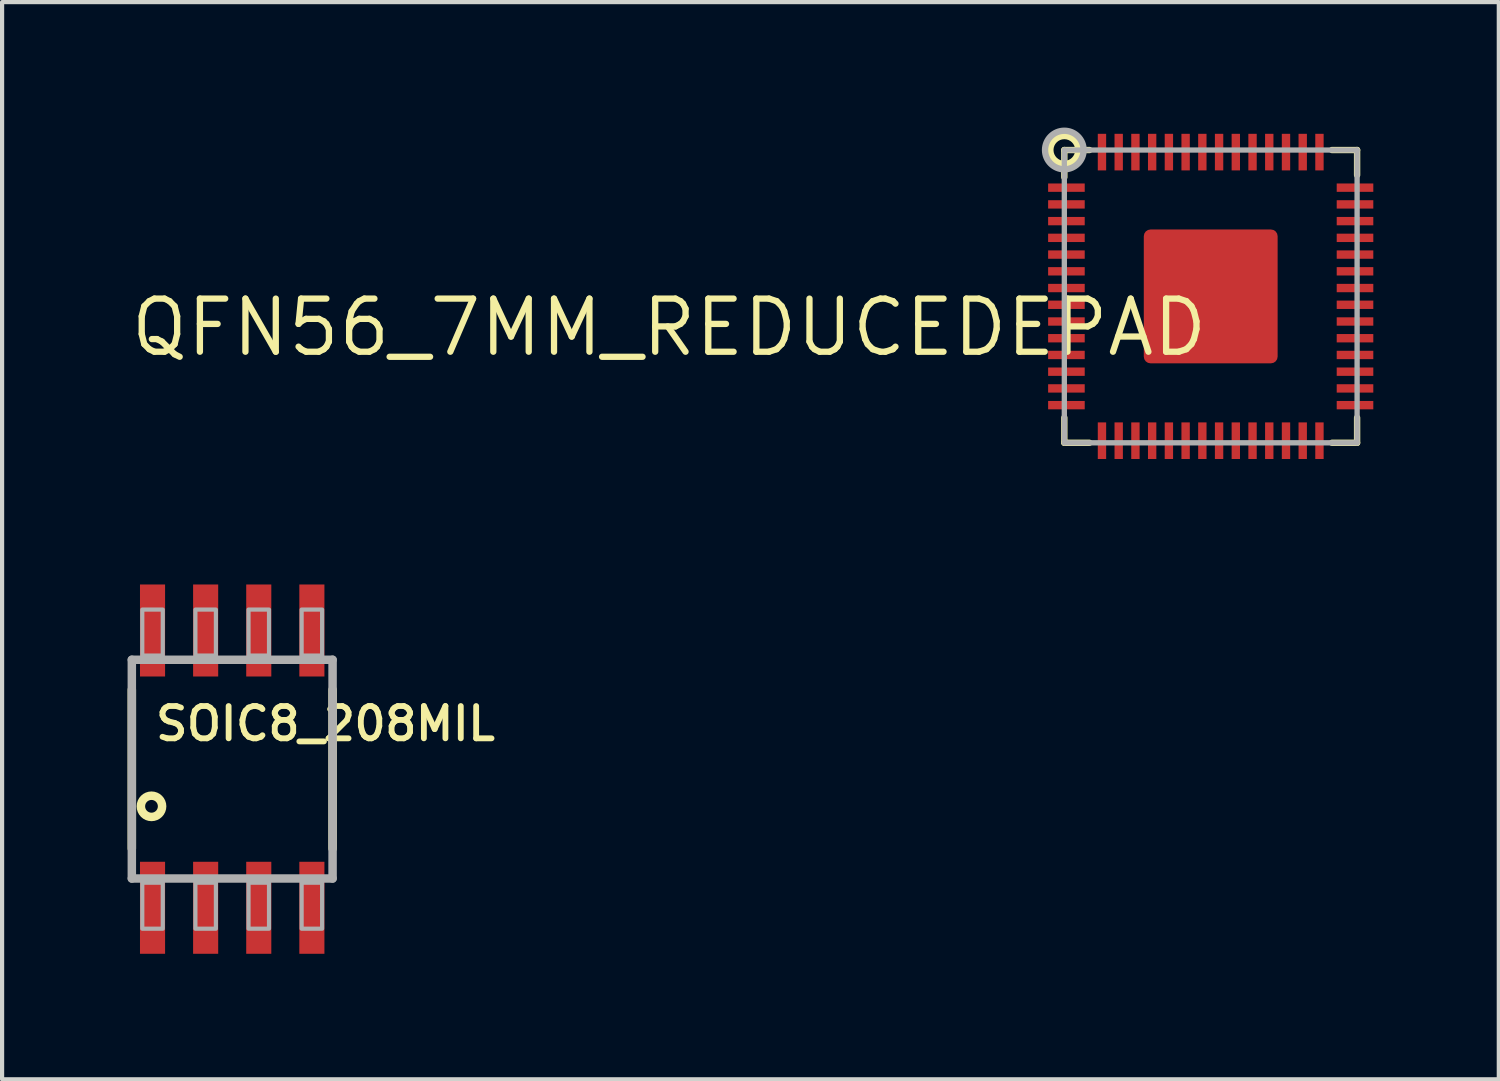
<source format=kicad_pcb>
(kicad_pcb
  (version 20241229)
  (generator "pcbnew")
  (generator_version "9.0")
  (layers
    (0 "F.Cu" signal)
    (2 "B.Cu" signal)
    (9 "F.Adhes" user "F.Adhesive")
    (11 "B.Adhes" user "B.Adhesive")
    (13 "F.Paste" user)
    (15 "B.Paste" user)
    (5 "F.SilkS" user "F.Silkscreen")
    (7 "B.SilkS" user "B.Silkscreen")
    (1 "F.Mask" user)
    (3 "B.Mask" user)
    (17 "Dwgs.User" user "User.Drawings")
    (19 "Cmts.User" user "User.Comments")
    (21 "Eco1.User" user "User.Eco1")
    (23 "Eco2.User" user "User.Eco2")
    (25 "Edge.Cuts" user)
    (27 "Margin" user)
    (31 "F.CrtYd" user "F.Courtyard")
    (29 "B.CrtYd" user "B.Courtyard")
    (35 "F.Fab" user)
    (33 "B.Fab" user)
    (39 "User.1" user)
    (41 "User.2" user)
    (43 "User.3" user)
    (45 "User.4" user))
  (footprint "SOIC8_208MIL"
    (layer "F.Cu")
    (at 2.502 15.34)
    (property "Reference" "SOIC8_208MIL" (at -1.905 -0.635 180) (layer "F.SilkS") (effects (font (size 0.772 0.772) (thickness 0.139)) (justify left bottom)))
    (attr through_hole)
    (fp_line (start -2.4 1.9) (end -2.4 -1.9) (stroke (width 0.203) (type solid)) (layer "F.SilkS"))
    (fp_line (start 2.4 -1.9) (end 2.4 1.9) (stroke (width 0.203) (type solid)) (layer "F.SilkS"))
    (fp_circle (center -1.93 0.889) (end -1.676 0.889) (stroke (width 0.203) (type solid)) (fill no) (layer "F.SilkS"))
    (fp_line (start -2.4 -2.615) (end 2.4 -2.615) (stroke (width 0.203) (type solid)) (layer "F.Fab"))
    (fp_line (start -2.4 2.615) (end -2.4 -2.615) (stroke (width 0.203) (type solid)) (layer "F.Fab"))
    (fp_line (start 2.4 -2.615) (end 2.4 2.615) (stroke (width 0.203) (type solid)) (layer "F.Fab"))
    (fp_line (start 2.4 2.615) (end -2.4 2.615) (stroke (width 0.203) (type solid)) (layer "F.Fab"))
    (fp_poly (pts (xy -2.15 -2.715) (xy -1.66 -2.715) (xy -1.66 -3.815) (xy -2.15 -3.815)) (stroke (width 0.1) (type solid)) (fill no) (layer "F.Fab"))
    (fp_poly (pts (xy -2.15 3.815) (xy -1.66 3.815) (xy -1.66 2.715) (xy -2.15 2.715)) (stroke (width 0.1) (type solid)) (fill no) (layer "F.Fab"))
    (fp_poly (pts (xy -0.88 -2.715) (xy -0.39 -2.715) (xy -0.39 -3.815) (xy -0.88 -3.815)) (stroke (width 0.1) (type solid)) (fill no) (layer "F.Fab"))
    (fp_poly (pts (xy -0.88 3.815) (xy -0.39 3.815) (xy -0.39 2.715) (xy -0.88 2.715)) (stroke (width 0.1) (type solid)) (fill no) (layer "F.Fab"))
    (fp_poly (pts (xy 0.39 -2.715) (xy 0.88 -2.715) (xy 0.88 -3.815) (xy 0.39 -3.815)) (stroke (width 0.1) (type solid)) (fill no) (layer "F.Fab"))
    (fp_poly (pts (xy 0.39 3.815) (xy 0.88 3.815) (xy 0.88 2.715) (xy 0.39 2.715)) (stroke (width 0.1) (type solid)) (fill no) (layer "F.Fab"))
    (fp_poly (pts (xy 1.66 -2.715) (xy 2.15 -2.715) (xy 2.15 -3.815) (xy 1.66 -3.815)) (stroke (width 0.1) (type solid)) (fill no) (layer "F.Fab"))
    (fp_poly (pts (xy 1.66 3.815) (xy 2.15 3.815) (xy 2.15 2.715) (xy 1.66 2.715)) (stroke (width 0.1) (type solid)) (fill no) (layer "F.Fab"))
    (pad "1" smd rect (at -1.905 3.315) (size 0.6 2.2) (layers "F.Cu" "F.Mask" "F.Paste"))
    (pad "2" smd rect (at -0.635 3.315) (size 0.6 2.2) (layers "F.Cu" "F.Mask" "F.Paste"))
    (pad "3" smd rect (at 0.635 3.315) (size 0.6 2.2) (layers "F.Cu" "F.Mask" "F.Paste"))
    (pad "4" smd rect (at 1.905 3.315) (size 0.6 2.2) (layers "F.Cu" "F.Mask" "F.Paste"))
    (pad "5" smd rect (at 1.905 -3.315) (size 0.6 2.2) (layers "F.Cu" "F.Mask" "F.Paste"))
    (pad "6" smd rect (at 0.635 -3.315) (size 0.6 2.2) (layers "F.Cu" "F.Mask" "F.Paste"))
    (pad "7" smd rect (at -0.635 -3.315) (size 0.6 2.2) (layers "F.Cu" "F.Mask" "F.Paste"))
    (pad "8" smd rect (at -1.905 -3.315) (size 0.6 2.2) (layers "F.Cu" "F.Mask" "F.Paste")))
  (footprint "QFN56_7MM_REDUCEDEPAD"
    (layer "F.Cu")
    (at 25.898 4.037)
    (property "Reference" "QFN56_7MM_REDUCEDEPAD" (at 0 0 0) (layer "F.SilkS") (effects (font (size 1.27 1.27) (thickness 0.15)) (justify right top)))
    (attr through_hole)
    (fp_line (start -3.5 -3.5) (end -2.9 -3.5) (stroke (width 0.152) (type solid)) (layer "F.SilkS"))
    (fp_line (start -3.5 -2.85) (end -3.5 -3.5) (stroke (width 0.152) (type solid)) (layer "F.SilkS"))
    (fp_line (start -3.5 2.9) (end -3.5 3.5) (stroke (width 0.152) (type solid)) (layer "F.SilkS"))
    (fp_line (start -3.5 3.5) (end -2.9 3.5) (stroke (width 0.152) (type solid)) (layer "F.SilkS"))
    (fp_line (start 2.9 -3.5) (end 3.5 -3.5) (stroke (width 0.152) (type solid)) (layer "F.SilkS"))
    (fp_line (start 2.9 3.5) (end 3.5 3.5) (stroke (width 0.152) (type solid)) (layer "F.SilkS"))
    (fp_line (start 3.5 -3.5) (end 3.5 -2.9) (stroke (width 0.152) (type solid)) (layer "F.SilkS"))
    (fp_line (start 3.5 3.5) (end 3.5 2.9) (stroke (width 0.152) (type solid)) (layer "F.SilkS"))
    (fp_circle (center -3.5 -3.5) (end -3.165 -3.5) (stroke (width 0.152) (type solid)) (fill no) (layer "F.SilkS"))
    (fp_line (start -3.5 -3.5) (end 3.5 -3.5) (stroke (width 0.127) (type solid)) (layer "F.Fab"))
    (fp_line (start -3.5 3.5) (end -3.5 -3.5) (stroke (width 0.127) (type solid)) (layer "F.Fab"))
    (fp_line (start 3.5 -3.5) (end 3.5 3.5) (stroke (width 0.127) (type solid)) (layer "F.Fab"))
    (fp_line (start 3.5 3.5) (end -3.5 3.5) (stroke (width 0.127) (type solid)) (layer "F.Fab"))
    (fp_circle (center -3.5 -3.5) (end -3.039 -3.5) (stroke (width 0.152) (type solid)) (fill no) (layer "F.Fab"))
    (pad "1" smd rect (at -3.45 -2.6 180) (size 0.875 0.2) (layers "F.Cu" "F.Mask" "F.Paste"))
    (pad "2" smd rect (at -3.45 -2.2 180) (size 0.875 0.2) (layers "F.Cu" "F.Mask" "F.Paste"))
    (pad "3" smd rect (at -3.45 -1.8 180) (size 0.875 0.2) (layers "F.Cu" "F.Mask" "F.Paste"))
    (pad "4" smd rect (at -3.45 -1.4 180) (size 0.875 0.2) (layers "F.Cu" "F.Mask" "F.Paste"))
    (pad "5" smd rect (at -3.45 -1 180) (size 0.875 0.2) (layers "F.Cu" "F.Mask" "F.Paste"))
    (pad "6" smd rect (at -3.45 -0.6 180) (size 0.875 0.2) (layers "F.Cu" "F.Mask" "F.Paste"))
    (pad "7" smd rect (at -3.45 -0.2 180) (size 0.875 0.2) (layers "F.Cu" "F.Mask" "F.Paste"))
    (pad "8" smd rect (at -3.45 0.2 180) (size 0.875 0.2) (layers "F.Cu" "F.Mask" "F.Paste"))
    (pad "9" smd rect (at -3.45 0.6 180) (size 0.875 0.2) (layers "F.Cu" "F.Mask" "F.Paste"))
    (pad "10" smd rect (at -3.45 1 180) (size 0.875 0.2) (layers "F.Cu" "F.Mask" "F.Paste"))
    (pad "11" smd rect (at -3.45 1.4 180) (size 0.875 0.2) (layers "F.Cu" "F.Mask" "F.Paste"))
    (pad "12" smd rect (at -3.45 1.8 180) (size 0.875 0.2) (layers "F.Cu" "F.Mask" "F.Paste"))
    (pad "13" smd rect (at -3.45 2.2 180) (size 0.875 0.2) (layers "F.Cu" "F.Mask" "F.Paste"))
    (pad "14" smd rect (at -3.45 2.6 180) (size 0.875 0.2) (layers "F.Cu" "F.Mask" "F.Paste"))
    (pad "15" smd rect (at -2.6 3.45 270) (size 0.875 0.2) (layers "F.Cu" "F.Mask" "F.Paste"))
    (pad "16" smd rect (at -2.2 3.45 270) (size 0.875 0.2) (layers "F.Cu" "F.Mask" "F.Paste"))
    (pad "17" smd rect (at -1.8 3.45 270) (size 0.875 0.2) (layers "F.Cu" "F.Mask" "F.Paste"))
    (pad "18" smd rect (at -1.4 3.45 270) (size 0.875 0.2) (layers "F.Cu" "F.Mask" "F.Paste"))
    (pad "19" smd rect (at -1 3.45 270) (size 0.875 0.2) (layers "F.Cu" "F.Mask" "F.Paste"))
    (pad "20" smd rect (at -0.6 3.45 270) (size 0.875 0.2) (layers "F.Cu" "F.Mask" "F.Paste"))
    (pad "21" smd rect (at -0.2 3.45 270) (size 0.875 0.2) (layers "F.Cu" "F.Mask" "F.Paste"))
    (pad "22" smd rect (at 0.2 3.45 270) (size 0.875 0.2) (layers "F.Cu" "F.Mask" "F.Paste"))
    (pad "23" smd rect (at 0.6 3.45 270) (size 0.875 0.2) (layers "F.Cu" "F.Mask" "F.Paste"))
    (pad "24" smd rect (at 1 3.45 270) (size 0.875 0.2) (layers "F.Cu" "F.Mask" "F.Paste"))
    (pad "25" smd rect (at 1.4 3.45 270) (size 0.875 0.2) (layers "F.Cu" "F.Mask" "F.Paste"))
    (pad "26" smd rect (at 1.8 3.45 270) (size 0.875 0.2) (layers "F.Cu" "F.Mask" "F.Paste"))
    (pad "27" smd rect (at 2.2 3.45 270) (size 0.875 0.2) (layers "F.Cu" "F.Mask" "F.Paste"))
    (pad "28" smd rect (at 2.6 3.45 270) (size 0.875 0.2) (layers "F.Cu" "F.Mask" "F.Paste"))
    (pad "29" smd rect (at 3.45 2.6) (size 0.875 0.2) (layers "F.Cu" "F.Mask" "F.Paste"))
    (pad "30" smd rect (at 3.45 2.2) (size 0.875 0.2) (layers "F.Cu" "F.Mask" "F.Paste"))
    (pad "31" smd rect (at 3.45 1.8) (size 0.875 0.2) (layers "F.Cu" "F.Mask" "F.Paste"))
    (pad "32" smd rect (at 3.45 1.4) (size 0.875 0.2) (layers "F.Cu" "F.Mask" "F.Paste"))
    (pad "33" smd rect (at 3.45 1) (size 0.875 0.2) (layers "F.Cu" "F.Mask" "F.Paste"))
    (pad "34" smd rect (at 3.45 0.6) (size 0.875 0.2) (layers "F.Cu" "F.Mask" "F.Paste"))
    (pad "35" smd rect (at 3.45 0.2) (size 0.875 0.2) (layers "F.Cu" "F.Mask" "F.Paste"))
    (pad "36" smd rect (at 3.45 -0.2) (size 0.875 0.2) (layers "F.Cu" "F.Mask" "F.Paste"))
    (pad "37" smd rect (at 3.45 -0.6) (size 0.875 0.2) (layers "F.Cu" "F.Mask" "F.Paste"))
    (pad "38" smd rect (at 3.45 -1) (size 0.875 0.2) (layers "F.Cu" "F.Mask" "F.Paste"))
    (pad "39" smd rect (at 3.45 -1.4) (size 0.875 0.2) (layers "F.Cu" "F.Mask" "F.Paste"))
    (pad "40" smd rect (at 3.45 -1.8) (size 0.875 0.2) (layers "F.Cu" "F.Mask" "F.Paste"))
    (pad "41" smd rect (at 3.45 -2.2) (size 0.875 0.2) (layers "F.Cu" "F.Mask" "F.Paste"))
    (pad "42" smd rect (at 3.45 -2.6) (size 0.875 0.2) (layers "F.Cu" "F.Mask" "F.Paste"))
    (pad "43" smd rect (at 2.6 -3.45 90) (size 0.875 0.2) (layers "F.Cu" "F.Mask" "F.Paste"))
    (pad "44" smd rect (at 2.2 -3.45 90) (size 0.875 0.2) (layers "F.Cu" "F.Mask" "F.Paste"))
    (pad "45" smd rect (at 1.8 -3.45 90) (size 0.875 0.2) (layers "F.Cu" "F.Mask" "F.Paste"))
    (pad "46" smd rect (at 1.4 -3.45 90) (size 0.875 0.2) (layers "F.Cu" "F.Mask" "F.Paste"))
    (pad "47" smd rect (at 1 -3.45 90) (size 0.875 0.2) (layers "F.Cu" "F.Mask" "F.Paste"))
    (pad "48" smd rect (at 0.6 -3.45 90) (size 0.875 0.2) (layers "F.Cu" "F.Mask" "F.Paste"))
    (pad "49" smd rect (at 0.2 -3.45 90) (size 0.875 0.2) (layers "F.Cu" "F.Mask" "F.Paste"))
    (pad "50" smd rect (at -0.2 -3.45 90) (size 0.875 0.2) (layers "F.Cu" "F.Mask" "F.Paste"))
    (pad "51" smd rect (at -0.6 -3.45 90) (size 0.875 0.2) (layers "F.Cu" "F.Mask" "F.Paste"))
    (pad "52" smd rect (at -1 -3.45 90) (size 0.875 0.2) (layers "F.Cu" "F.Mask" "F.Paste"))
    (pad "53" smd rect (at -1.4 -3.45 90) (size 0.875 0.2) (layers "F.Cu" "F.Mask" "F.Paste"))
    (pad "54" smd rect (at -1.8 -3.45 90) (size 0.875 0.2) (layers "F.Cu" "F.Mask" "F.Paste"))
    (pad "55" smd rect (at -2.2 -3.45 90) (size 0.875 0.2) (layers "F.Cu" "F.Mask" "F.Paste"))
    (pad "56" smd rect (at -2.6 -3.45 90) (size 0.875 0.2) (layers "F.Cu" "F.Mask" "F.Paste"))
    (pad "P$1" smd roundrect (at 0 0) (size 3.2 3.2) (layers "F.Cu" "F.Mask" "F.Paste") (roundrect_rratio 0.05)))
  (gr_rect
    (start -3 -3)
    (end 32.786 22.755)
    (stroke (width 0.1) (type default))
    (fill no)
    (layer "Edge.Cuts")))
</source>
